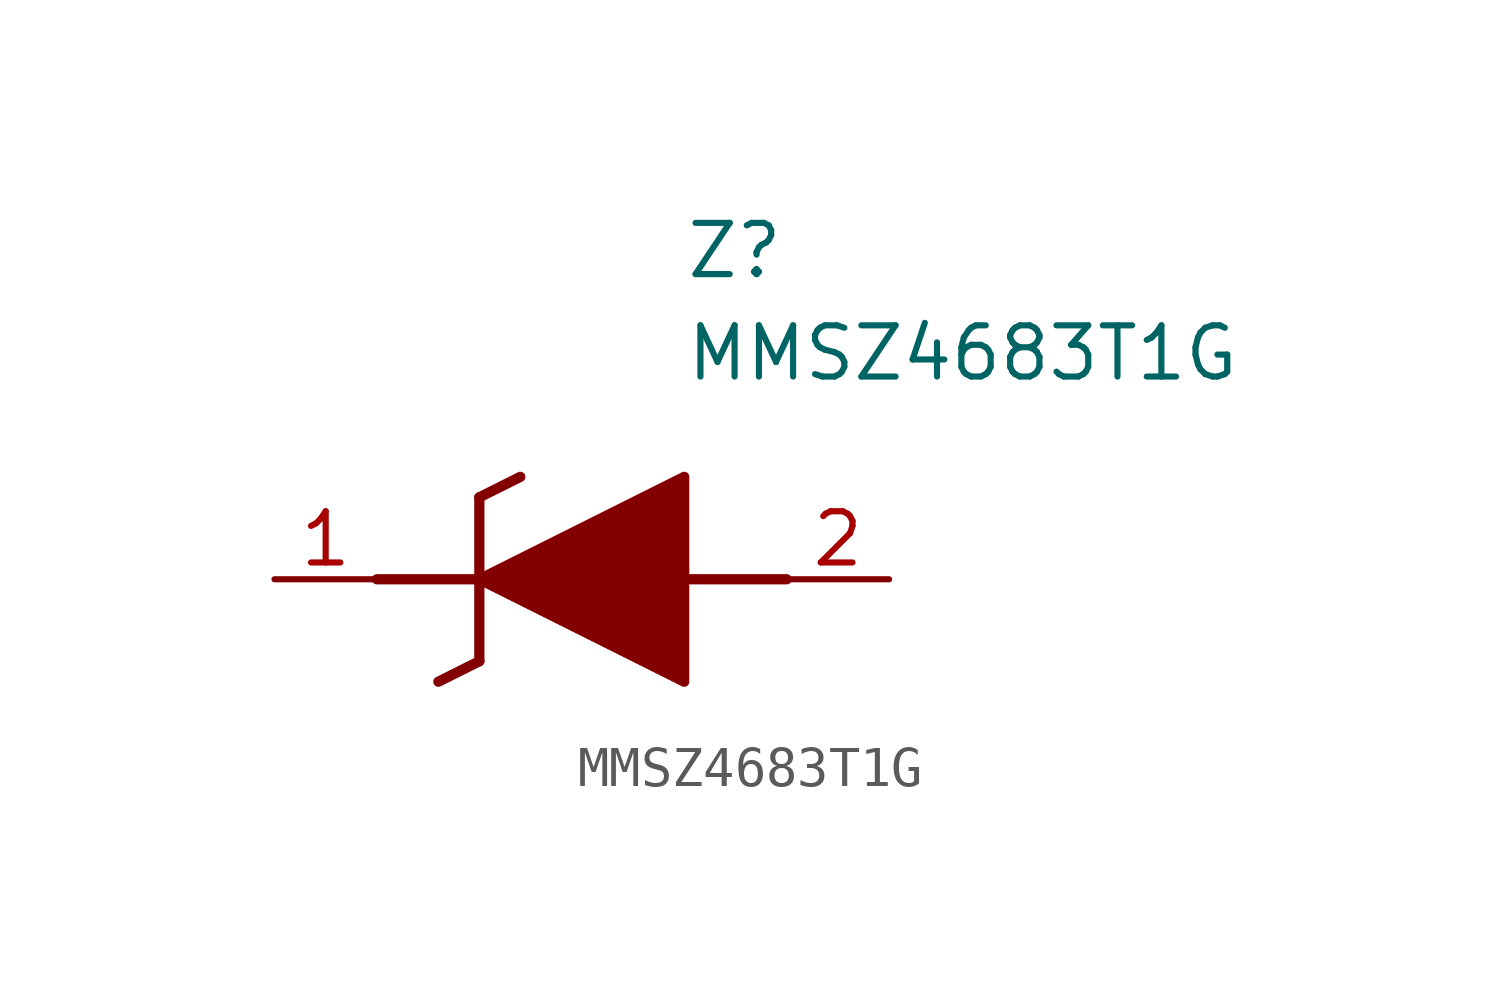
<source format=kicad_sym>
(kicad_symbol_lib
  (version 20211014)
  (generator SamacSys_ECAD_Model)
  (symbol "MMSZ4683T1G"
    (pin_names hide)
    (property "Reference" "Z"
      (at 10.16 8.89 0)
      (effects (font (size 1.27 1.27)) (justify left top)))
    (property "Value" "MMSZ4683T1G"
      (at 10.16 6.35 0)
      (effects (font (size 1.27 1.27)) (justify left top)))
    (polyline
      (pts (xy 5.08 2.032) (xy 5.08 -2.032))
      (stroke (width 0.254) (type default))
      (fill (type none)))
    (polyline
      (pts (xy 5.08 2.032) (xy 6.096 2.54))
      (stroke (width 0.254) (type default))
      (fill (type none)))
    (polyline
      (pts (xy 4.064 -2.54) (xy 5.08 -2.032))
      (stroke (width 0.254) (type default))
      (fill (type none)))
    (polyline
      (pts (xy 2.54 0) (xy 5.08 0))
      (stroke (width 0.254) (type default))
      (fill (type none)))
    (polyline
      (pts (xy 12.7 0) (xy 10.16 0))
      (stroke (width 0.254) (type default))
      (fill (type none)))
    (polyline
      (pts (xy 5.08 0) (xy 10.16 2.54) (xy 10.16 -2.54) (xy 5.08 0))
      (stroke (width 0.254) (type default))
      (fill (type outline)))
    (pin passive line
      (at 0 0 0)
      (length 2.54)
      (name "K" (effects (font (size 1.27 1.27))))
      (number "1" (effects (font (size 1.27 1.27)))))
    (pin passive line
      (at 15.24 0 180)
      (length 2.54)
      (name "A" (effects (font (size 1.27 1.27))))
      (number "2" (effects (font (size 1.27 1.27)))))))
</source>
